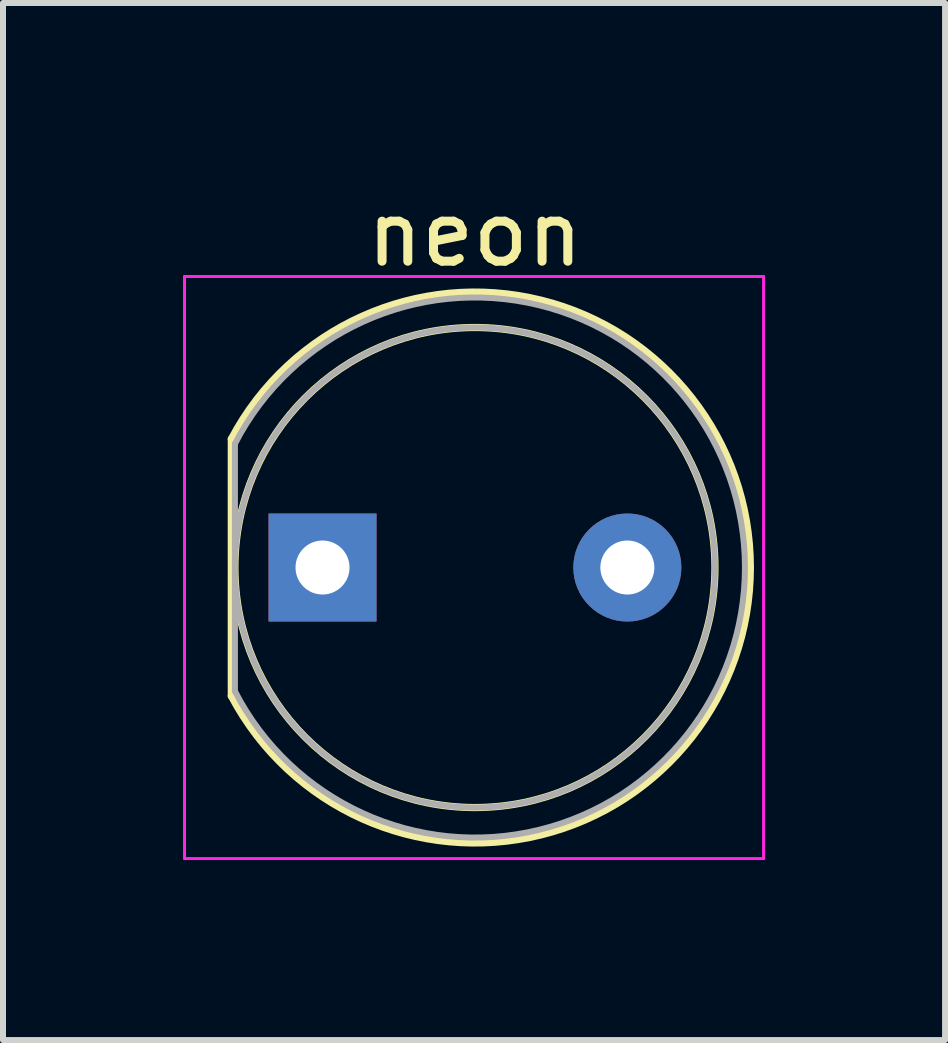
<source format=kicad_pcb>
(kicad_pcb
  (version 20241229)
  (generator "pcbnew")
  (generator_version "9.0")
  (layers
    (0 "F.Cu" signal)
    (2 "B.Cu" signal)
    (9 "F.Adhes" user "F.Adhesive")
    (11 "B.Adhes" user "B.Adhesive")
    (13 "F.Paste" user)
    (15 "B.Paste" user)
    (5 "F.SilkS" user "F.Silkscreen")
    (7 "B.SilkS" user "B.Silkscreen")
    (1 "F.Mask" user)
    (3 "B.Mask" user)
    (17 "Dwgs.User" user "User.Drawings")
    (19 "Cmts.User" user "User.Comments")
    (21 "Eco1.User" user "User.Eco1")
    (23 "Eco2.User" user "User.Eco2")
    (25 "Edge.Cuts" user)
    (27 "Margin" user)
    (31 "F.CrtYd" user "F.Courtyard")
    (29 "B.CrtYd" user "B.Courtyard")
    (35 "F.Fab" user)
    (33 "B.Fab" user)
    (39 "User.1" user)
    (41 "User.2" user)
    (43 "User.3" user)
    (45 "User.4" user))
  (footprint "neon"
    (layer "F.Cu")
    (at 2.325 6.408)
    (property "Reference" "neon" (at 2.54 -5.56 0) (layer "F.SilkS") (effects (font (size 1 1) (thickness 0.15))))
    (attr through_hole)
    (fp_line (start -1.52 -2.142) (end -1.52 2.142) (stroke (width 0.12) (type solid)) (layer "F.SilkS"))
    (fp_arc (start -1.52 -2.141145) (mid 3.643119 -4.455472) (end 7.13 0.000486) (stroke (width 0.12) (type solid)) (layer "F.SilkS"))
    (fp_arc (start 7.13 -0.000486) (mid 3.643119 4.455472) (end -1.52 2.141145) (stroke (width 0.12) (type solid)) (layer "F.SilkS"))
    (fp_circle (center 2.54 0) (end 6.54 0) (stroke (width 0.12) (type solid)) (fill no) (layer "F.SilkS"))
    (fp_line (start -2.3 -4.85) (end -2.3 4.85) (stroke (width 0.05) (type solid)) (layer "F.CrtYd"))
    (fp_line (start -2.3 4.85) (end 7.35 4.85) (stroke (width 0.05) (type solid)) (layer "F.CrtYd"))
    (fp_line (start 7.35 -4.85) (end -2.3 -4.85) (stroke (width 0.05) (type solid)) (layer "F.CrtYd"))
    (fp_line (start 7.35 4.85) (end 7.35 -4.85) (stroke (width 0.05) (type solid)) (layer "F.CrtYd"))
    (fp_line (start -1.46 -2.062) (end -1.46 2.062) (stroke (width 0.1) (type solid)) (layer "F.Fab"))
    (fp_arc (start -1.46 -2.061553) (mid 7.04 0.00126) (end -1.461154 2.059312) (stroke (width 0.1) (type solid)) (layer "F.Fab"))
    (fp_circle (center 2.54 0) (end 6.54 0) (stroke (width 0.1) (type solid)) (fill no) (layer "F.Fab"))
    (pad "1" thru_hole rect (at 0 0) (size 1.8 1.8) (drill 0.9) (layers "*.Cu" "*.Mask"))
    (pad "2" thru_hole circle (at 5.08 0) (size 1.8 1.8) (drill 0.9) (layers "*.Cu" "*.Mask")))
  (gr_rect
    (start -3 -3)
    (end 12.7 14.283)
    (stroke (width 0.1) (type default))
    (fill no)
    (layer "Edge.Cuts")))
</source>
